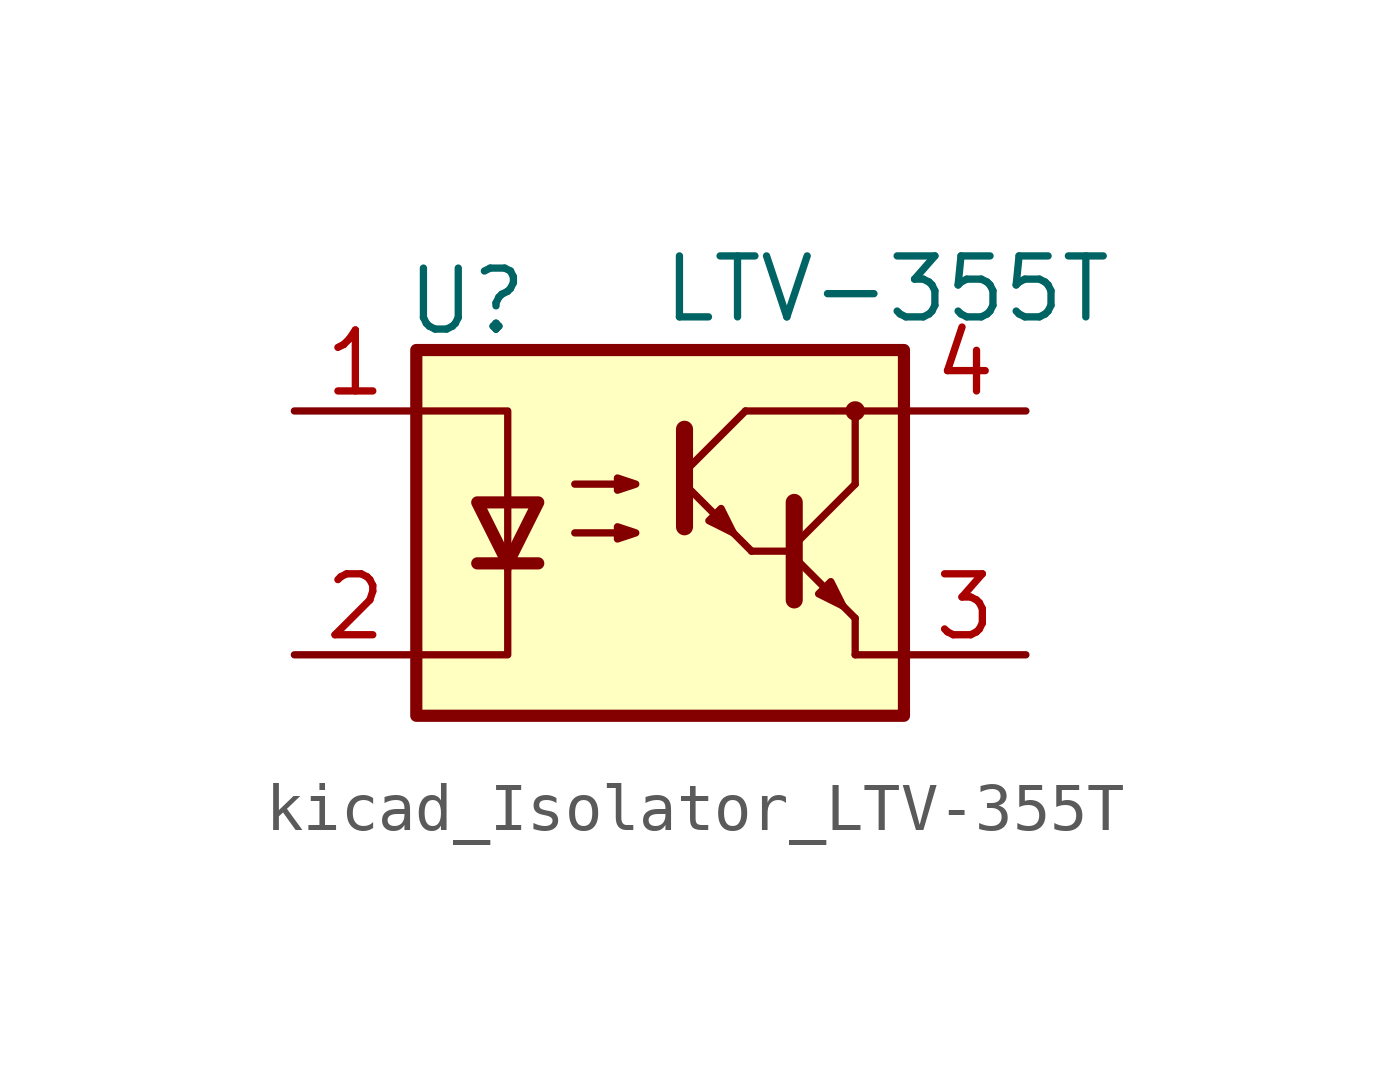
<source format=kicad_sym>
(kicad_symbol_lib
  (version 20220914)
  (generator kicad_symbol_editor)
  (symbol "kicad_Isolator_LTV-355T"
    (pin_names
      (offset 1.016))
    (property "Reference" "U"
      (at -5.334 4.826 0)
      (effects (font (size 1.27 1.27)) (justify left)))
    (property "Value" "LTV-355T"
      (at 0 5.08 0)
      (effects (font (size 1.27 1.27)) (justify left)))
    (symbol "kicad_Isolator_LTV-355T_0_1"
      (rectangle (start -5.08 3.81) (end 5.08 -3.81) (stroke (width 0.254) (type default)) (fill (type background)))
      (polyline (pts (xy -3.81 -0.635) (xy -2.54 -0.635)) (stroke (width 0.254) (type default)) (fill (type none)))
      (polyline (pts (xy 0.508 1.016) (xy 1.905 -0.381)) (stroke (width 0) (type default)) (fill (type none)))
      (polyline (pts (xy 0.508 1.27) (xy 1.778 2.54)) (stroke (width 0) (type default)) (fill (type none)))
      (polyline (pts (xy 0.508 2.159) (xy 0.508 0.127)) (stroke (width 0.356) (type default)) (fill (type none)))
      (polyline (pts (xy 1.778 2.54) (xy 5.08 2.54)) (stroke (width 0) (type default)) (fill (type none)))
      (polyline (pts (xy 2.794 -0.508) (xy 4.064 -1.778)) (stroke (width 0) (type default)) (fill (type none)))
      (polyline (pts (xy 2.794 -0.381) (xy 1.905 -0.381)) (stroke (width 0) (type default)) (fill (type none)))
      (polyline (pts (xy 2.794 -0.254) (xy 4.064 1.016)) (stroke (width 0) (type default)) (fill (type none)))
      (polyline (pts (xy 4.064 -2.54) (xy 5.08 -2.54)) (stroke (width 0) (type default)) (fill (type none)))
      (polyline (pts (xy 4.064 -1.778) (xy 4.064 -2.54)) (stroke (width 0) (type default)) (fill (type none)))
      (polyline (pts (xy 4.064 1.016) (xy 4.064 2.54)) (stroke (width 0) (type default)) (fill (type none)))
      (polyline (pts (xy -5.08 2.54) (xy -3.175 2.54) (xy -3.175 -0.762)) (stroke (width 0) (type default)) (fill (type none)))
      (polyline (pts (xy -3.175 -0.635) (xy -3.175 -2.54) (xy -5.08 -2.54)) (stroke (width 0) (type default)) (fill (type none)))
      (polyline (pts (xy 2.794 0.635) (xy 2.794 -1.397) (xy 2.794 -1.397)) (stroke (width 0.356) (type default)) (fill (type none)))
      (polyline (pts (xy -3.175 -0.635) (xy -3.81 0.635) (xy -2.54 0.635) (xy -3.175 -0.635)) (stroke (width 0.254) (type default)) (fill (type none)))
      (polyline (pts (xy 1.524 0) (xy 1.27 0.508) (xy 1.016 0.254) (xy 1.524 0)) (stroke (width 0) (type default)) (fill (type none)))
      (polyline (pts (xy 3.81 -1.524) (xy 3.556 -1.016) (xy 3.302 -1.27) (xy 3.81 -1.524)) (stroke (width 0) (type default)) (fill (type none)))
      (polyline (pts (xy -1.778 0) (xy -0.508 0) (xy -0.889 -0.127) (xy -0.889 0.127) (xy -0.508 0)) (stroke (width 0) (type default)) (fill (type none)))
      (polyline (pts (xy -1.778 1.016) (xy -0.508 1.016) (xy -0.889 0.889) (xy -0.889 1.143) (xy -0.508 1.016)) (stroke (width 0) (type default)) (fill (type none)))
      (circle (center 4.064 2.54) (radius 0.127) (stroke (width 0) (type default)) (fill (type none))))
    (symbol "kicad_Isolator_LTV-355T_1_1"
      (pin passive line (at -7.62 2.54 0) (length 2.54) (name "~" (effects (font (size 1.27 1.27)))) (number "1" (effects (font (size 1.27 1.27)))))
      (pin passive line (at -7.62 -2.54 0) (length 2.54) (name "~" (effects (font (size 1.27 1.27)))) (number "2" (effects (font (size 1.27 1.27)))))
      (pin passive line (at 7.62 -2.54 180) (length 2.54) (name "~" (effects (font (size 1.27 1.27)))) (number "3" (effects (font (size 1.27 1.27)))))
      (pin passive line (at 7.62 2.54 180) (length 2.54) (name "~" (effects (font (size 1.27 1.27)))) (number "4" (effects (font (size 1.27 1.27))))))))
</source>
